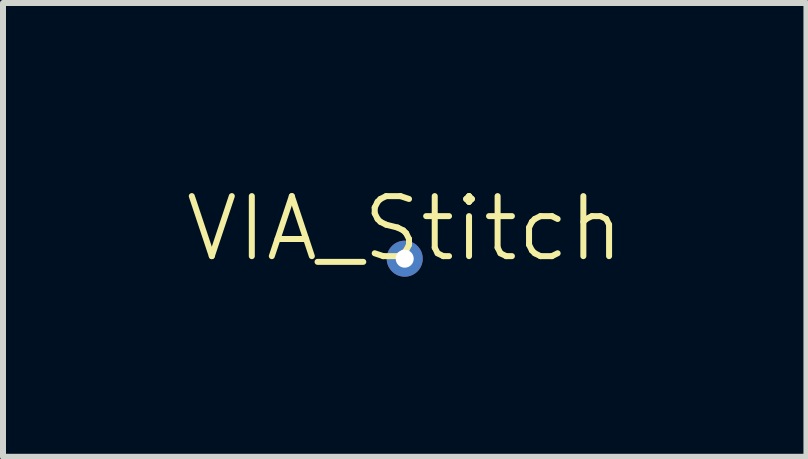
<source format=kicad_pcb>
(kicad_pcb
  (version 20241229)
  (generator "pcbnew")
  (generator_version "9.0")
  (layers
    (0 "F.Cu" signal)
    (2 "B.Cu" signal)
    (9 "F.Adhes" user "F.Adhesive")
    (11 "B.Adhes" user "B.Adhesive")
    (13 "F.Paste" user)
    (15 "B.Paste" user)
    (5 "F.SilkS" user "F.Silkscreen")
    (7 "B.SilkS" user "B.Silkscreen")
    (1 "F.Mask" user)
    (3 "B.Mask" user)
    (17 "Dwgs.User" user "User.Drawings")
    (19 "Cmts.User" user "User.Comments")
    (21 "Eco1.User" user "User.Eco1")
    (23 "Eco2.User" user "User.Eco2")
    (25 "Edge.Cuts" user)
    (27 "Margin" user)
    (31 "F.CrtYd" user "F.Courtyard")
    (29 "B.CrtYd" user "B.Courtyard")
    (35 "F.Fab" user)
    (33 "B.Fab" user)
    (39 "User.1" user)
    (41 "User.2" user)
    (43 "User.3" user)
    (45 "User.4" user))
  (footprint "VIA_Stitch"
    (layer "F.Cu")
    (at 3.693 1.26)
    (property "Reference" "VIA_Stitch" (at 0 -0.5 0) (unlocked yes) (layer "F.SilkS") (effects (font (size 1 1) (thickness 0.1))))
    (pad "1" thru_hole circle (at 0 0) (size 0.6 0.6) (drill 0.3) (layers "*.Cu")))
  (gr_rect
    (start -3 -3)
    (end 10.386 4.561)
    (stroke (width 0.1) (type default))
    (fill no)
    (layer "Edge.Cuts")))
</source>
